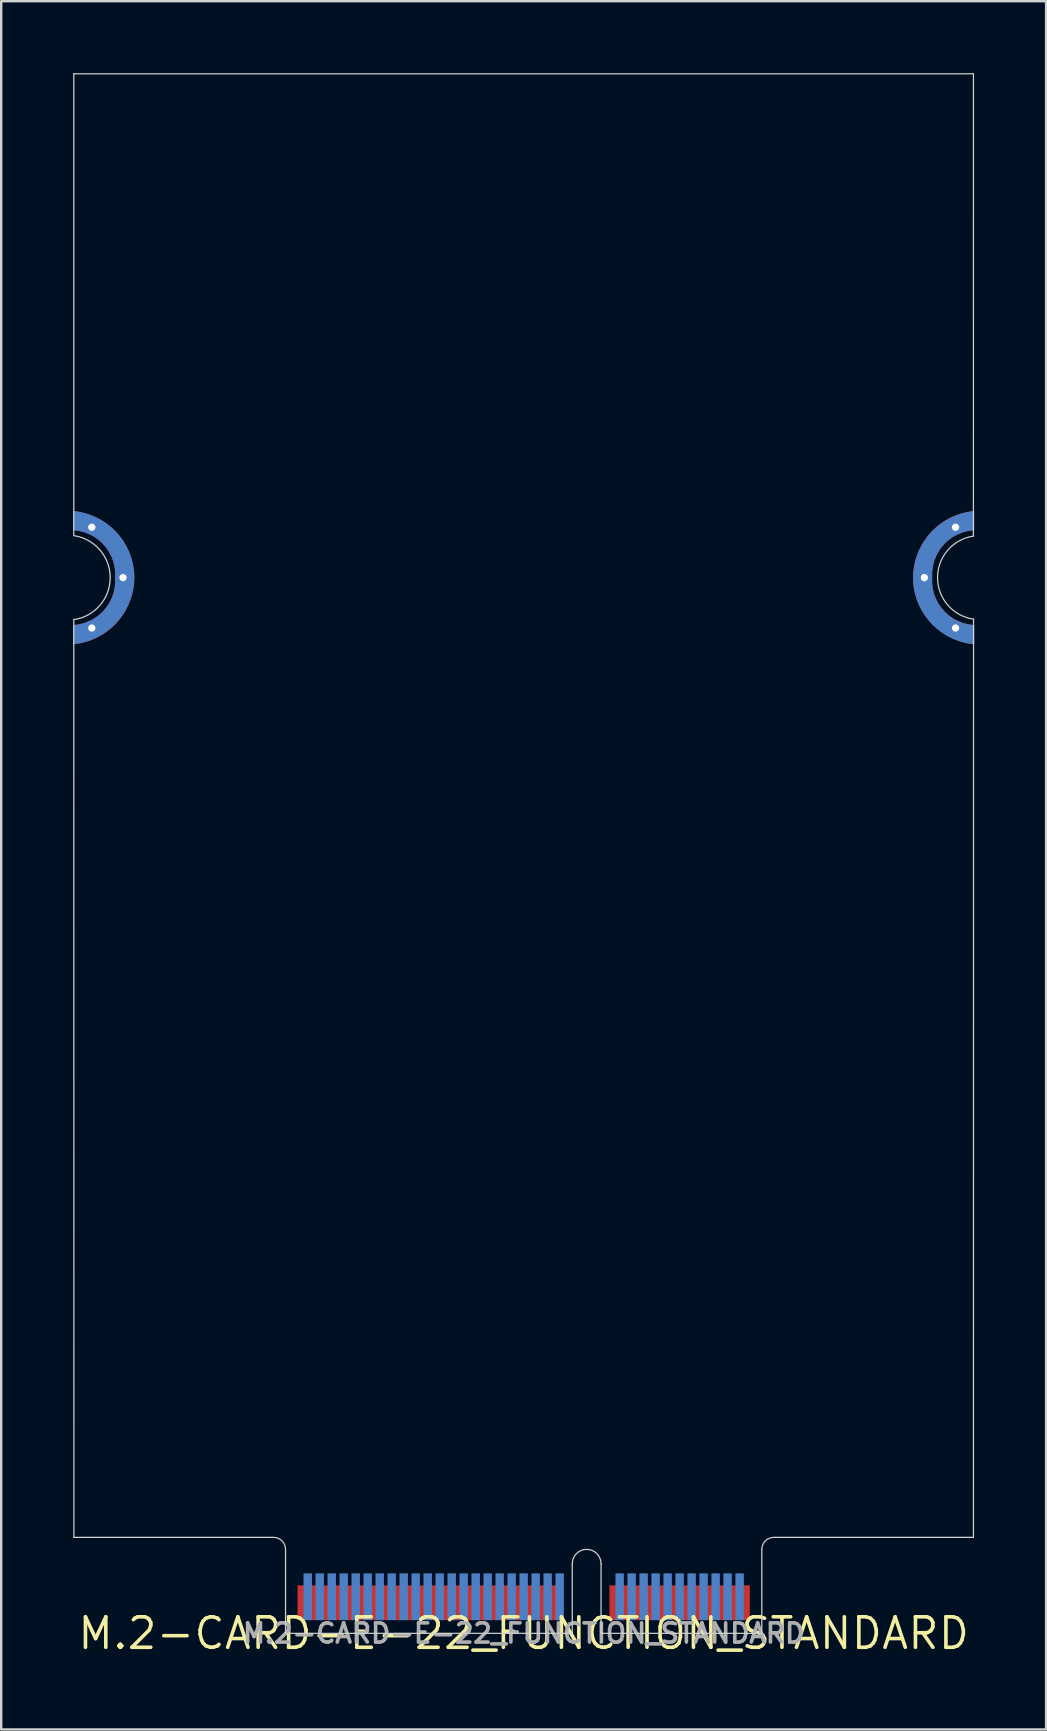
<source format=kicad_pcb>
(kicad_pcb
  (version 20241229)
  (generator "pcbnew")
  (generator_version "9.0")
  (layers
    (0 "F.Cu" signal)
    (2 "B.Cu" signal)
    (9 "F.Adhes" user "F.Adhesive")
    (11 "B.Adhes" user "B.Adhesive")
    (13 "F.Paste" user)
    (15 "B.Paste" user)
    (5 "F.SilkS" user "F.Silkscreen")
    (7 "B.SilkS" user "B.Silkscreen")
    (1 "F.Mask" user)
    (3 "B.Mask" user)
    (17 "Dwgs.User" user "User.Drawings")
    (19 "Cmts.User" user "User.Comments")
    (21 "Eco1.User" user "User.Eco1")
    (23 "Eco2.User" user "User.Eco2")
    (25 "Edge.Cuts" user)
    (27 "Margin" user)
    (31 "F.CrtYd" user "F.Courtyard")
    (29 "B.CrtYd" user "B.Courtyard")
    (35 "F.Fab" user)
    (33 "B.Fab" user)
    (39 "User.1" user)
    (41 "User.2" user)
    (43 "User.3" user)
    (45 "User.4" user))
  (footprint "M.2-CARD-E-22_FUNCTION_STANDARD"
    (layer "F.Cu")
    (at 18.776 65.025)
    (property "Reference" "M.2-CARD-E-22_FUNCTION_STANDARD" (at 0 0 0) (layer "F.SilkS") (effects (font (size 1.27 1.27) (thickness 0.15))))
    (attr through_hole)
    (fp_poly (pts (xy -16.261 -43.761) (xy -16.293 -43.523) (xy -16.345 -43.289) (xy -16.417 -43.061) (xy -16.508 -42.839) (xy -16.618 -42.627) (xy -16.746 -42.424) (xy -16.892 -42.234) (xy -17.053 -42.057) (xy -17.229 -41.894) (xy -17.418 -41.747) (xy -17.619 -41.617) (xy -17.831 -41.505) (xy -18.052 -41.412) (xy -18.279 -41.338) (xy -18.513 -41.284) (xy -18.75 -41.25) (xy -18.75 -42) (xy -18.525 -42.029) (xy -18.305 -42.084) (xy -18.093 -42.166) (xy -17.893 -42.273) (xy -17.707 -42.403) (xy -17.538 -42.554) (xy -17.389 -42.725) (xy -17.261 -42.913) (xy -17.157 -43.114) (xy -17.078 -43.327) (xy -17.025 -43.548) (xy -16.999 -43.773) (xy -17 -44) (xy -16.999 -44.227) (xy -17.025 -44.452) (xy -17.078 -44.673) (xy -17.157 -44.886) (xy -17.261 -45.087) (xy -17.389 -45.275) (xy -17.538 -45.446) (xy -17.707 -45.597) (xy -17.893 -45.727) (xy -18.093 -45.834) (xy -18.305 -45.916) (xy -18.525 -45.971) (xy -18.75 -46) (xy -18.75 -46.75) (xy -18.514 -46.715) (xy -18.281 -46.659) (xy -18.054 -46.584) (xy -17.834 -46.49) (xy -17.623 -46.377) (xy -17.423 -46.247) (xy -17.234 -46.1) (xy -17.059 -45.938) (xy -16.898 -45.761) (xy -16.753 -45.571) (xy -16.624 -45.369) (xy -16.514 -45.157) (xy -16.422 -44.936) (xy -16.349 -44.709) (xy -16.296 -44.476) (xy -16.263 -44.239) (xy -16.25 -44)) (stroke (width 0.05) (type solid)) (fill yes) (layer "F.Cu"))
    (fp_poly (pts (xy 16.261 -44.239) (xy 16.293 -44.477) (xy 16.345 -44.711) (xy 16.417 -44.939) (xy 16.508 -45.161) (xy 16.618 -45.373) (xy 16.746 -45.576) (xy 16.892 -45.766) (xy 17.053 -45.943) (xy 17.229 -46.106) (xy 17.418 -46.253) (xy 17.619 -46.383) (xy 17.831 -46.495) (xy 18.052 -46.588) (xy 18.279 -46.662) (xy 18.513 -46.716) (xy 18.75 -46.75) (xy 18.75 -46) (xy 18.525 -45.971) (xy 18.305 -45.916) (xy 18.093 -45.834) (xy 17.893 -45.727) (xy 17.707 -45.597) (xy 17.538 -45.446) (xy 17.389 -45.275) (xy 17.261 -45.087) (xy 17.157 -44.886) (xy 17.078 -44.673) (xy 17.025 -44.452) (xy 16.999 -44.227) (xy 17 -44) (xy 16.999 -43.773) (xy 17.025 -43.548) (xy 17.078 -43.327) (xy 17.157 -43.114) (xy 17.261 -42.913) (xy 17.389 -42.725) (xy 17.538 -42.554) (xy 17.707 -42.403) (xy 17.893 -42.273) (xy 18.093 -42.166) (xy 18.305 -42.084) (xy 18.525 -42.029) (xy 18.75 -42) (xy 18.75 -41.25) (xy 18.514 -41.285) (xy 18.281 -41.341) (xy 18.054 -41.416) (xy 17.834 -41.51) (xy 17.623 -41.623) (xy 17.423 -41.753) (xy 17.234 -41.9) (xy 17.059 -42.062) (xy 16.898 -42.239) (xy 16.753 -42.429) (xy 16.624 -42.631) (xy 16.514 -42.843) (xy 16.422 -43.064) (xy 16.349 -43.291) (xy 16.296 -43.524) (xy 16.263 -43.761) (xy 16.25 -44)) (stroke (width 0.05) (type solid)) (fill yes) (layer "F.Cu"))
    (fp_poly (pts (xy -16.261 -43.761) (xy -16.293 -43.523) (xy -16.345 -43.289) (xy -16.417 -43.061) (xy -16.508 -42.839) (xy -16.618 -42.627) (xy -16.746 -42.424) (xy -16.892 -42.234) (xy -17.053 -42.057) (xy -17.229 -41.894) (xy -17.418 -41.747) (xy -17.619 -41.617) (xy -17.831 -41.505) (xy -18.052 -41.412) (xy -18.279 -41.338) (xy -18.513 -41.284) (xy -18.75 -41.25) (xy -18.75 -42) (xy -18.525 -42.029) (xy -18.305 -42.084) (xy -18.093 -42.166) (xy -17.893 -42.273) (xy -17.707 -42.403) (xy -17.538 -42.554) (xy -17.389 -42.725) (xy -17.261 -42.913) (xy -17.157 -43.114) (xy -17.078 -43.327) (xy -17.025 -43.548) (xy -16.999 -43.773) (xy -17 -44) (xy -16.999 -44.227) (xy -17.025 -44.452) (xy -17.078 -44.673) (xy -17.157 -44.886) (xy -17.261 -45.087) (xy -17.389 -45.275) (xy -17.538 -45.446) (xy -17.707 -45.597) (xy -17.893 -45.727) (xy -18.093 -45.834) (xy -18.305 -45.916) (xy -18.525 -45.971) (xy -18.75 -46) (xy -18.75 -46.75) (xy -18.514 -46.715) (xy -18.281 -46.659) (xy -18.054 -46.584) (xy -17.834 -46.49) (xy -17.623 -46.377) (xy -17.423 -46.247) (xy -17.234 -46.1) (xy -17.059 -45.938) (xy -16.898 -45.761) (xy -16.753 -45.571) (xy -16.624 -45.369) (xy -16.514 -45.157) (xy -16.422 -44.936) (xy -16.349 -44.709) (xy -16.296 -44.476) (xy -16.263 -44.239) (xy -16.25 -44)) (stroke (width 0.05) (type solid)) (fill yes) (layer "F.Mask"))
    (fp_poly (pts (xy 16.261 -44.239) (xy 16.293 -44.477) (xy 16.345 -44.711) (xy 16.417 -44.939) (xy 16.508 -45.161) (xy 16.618 -45.373) (xy 16.746 -45.576) (xy 16.892 -45.766) (xy 17.053 -45.943) (xy 17.229 -46.106) (xy 17.418 -46.253) (xy 17.619 -46.383) (xy 17.831 -46.495) (xy 18.052 -46.588) (xy 18.279 -46.662) (xy 18.513 -46.716) (xy 18.75 -46.75) (xy 18.75 -46) (xy 18.525 -45.971) (xy 18.305 -45.916) (xy 18.093 -45.834) (xy 17.893 -45.727) (xy 17.707 -45.597) (xy 17.538 -45.446) (xy 17.389 -45.275) (xy 17.261 -45.087) (xy 17.157 -44.886) (xy 17.078 -44.673) (xy 17.025 -44.452) (xy 16.999 -44.227) (xy 17 -44) (xy 16.999 -43.773) (xy 17.025 -43.548) (xy 17.078 -43.327) (xy 17.157 -43.114) (xy 17.261 -42.913) (xy 17.389 -42.725) (xy 17.538 -42.554) (xy 17.707 -42.403) (xy 17.893 -42.273) (xy 18.093 -42.166) (xy 18.305 -42.084) (xy 18.525 -42.029) (xy 18.75 -42) (xy 18.75 -41.25) (xy 18.514 -41.285) (xy 18.281 -41.341) (xy 18.054 -41.416) (xy 17.834 -41.51) (xy 17.623 -41.623) (xy 17.423 -41.753) (xy 17.234 -41.9) (xy 17.059 -42.062) (xy 16.898 -42.239) (xy 16.753 -42.429) (xy 16.624 -42.631) (xy 16.514 -42.843) (xy 16.422 -43.064) (xy 16.349 -43.291) (xy 16.296 -43.524) (xy 16.263 -43.761) (xy 16.25 -44)) (stroke (width 0.05) (type solid)) (fill yes) (layer "F.Mask"))
    (fp_poly (pts (xy -16.261 -44.239) (xy -16.293 -44.477) (xy -16.345 -44.711) (xy -16.417 -44.939) (xy -16.508 -45.161) (xy -16.618 -45.373) (xy -16.746 -45.576) (xy -16.892 -45.766) (xy -17.053 -45.943) (xy -17.229 -46.106) (xy -17.418 -46.253) (xy -17.619 -46.383) (xy -17.831 -46.495) (xy -18.052 -46.588) (xy -18.279 -46.662) (xy -18.513 -46.716) (xy -18.75 -46.75) (xy -18.75 -46) (xy -18.525 -45.971) (xy -18.305 -45.916) (xy -18.093 -45.834) (xy -17.893 -45.727) (xy -17.707 -45.597) (xy -17.538 -45.446) (xy -17.389 -45.275) (xy -17.261 -45.087) (xy -17.157 -44.886) (xy -17.078 -44.673) (xy -17.025 -44.452) (xy -16.999 -44.227) (xy -17 -44) (xy -16.999 -43.773) (xy -17.025 -43.548) (xy -17.078 -43.327) (xy -17.157 -43.114) (xy -17.261 -42.913) (xy -17.389 -42.725) (xy -17.538 -42.554) (xy -17.707 -42.403) (xy -17.893 -42.273) (xy -18.093 -42.166) (xy -18.305 -42.084) (xy -18.525 -42.029) (xy -18.75 -42) (xy -18.75 -41.25) (xy -18.514 -41.285) (xy -18.281 -41.341) (xy -18.054 -41.416) (xy -17.834 -41.51) (xy -17.623 -41.623) (xy -17.423 -41.753) (xy -17.234 -41.9) (xy -17.059 -42.062) (xy -16.898 -42.239) (xy -16.753 -42.429) (xy -16.624 -42.631) (xy -16.514 -42.843) (xy -16.422 -43.064) (xy -16.349 -43.291) (xy -16.296 -43.524) (xy -16.263 -43.761) (xy -16.25 -44)) (stroke (width 0.05) (type solid)) (fill yes) (layer "B.Cu"))
    (fp_poly (pts (xy 16.261 -43.761) (xy 16.293 -43.523) (xy 16.345 -43.289) (xy 16.417 -43.061) (xy 16.508 -42.839) (xy 16.618 -42.627) (xy 16.746 -42.424) (xy 16.892 -42.234) (xy 17.053 -42.057) (xy 17.229 -41.894) (xy 17.418 -41.747) (xy 17.619 -41.617) (xy 17.831 -41.505) (xy 18.052 -41.412) (xy 18.279 -41.338) (xy 18.513 -41.284) (xy 18.75 -41.25) (xy 18.75 -42) (xy 18.525 -42.029) (xy 18.305 -42.084) (xy 18.093 -42.166) (xy 17.893 -42.273) (xy 17.707 -42.403) (xy 17.538 -42.554) (xy 17.389 -42.725) (xy 17.261 -42.913) (xy 17.157 -43.114) (xy 17.078 -43.327) (xy 17.025 -43.548) (xy 16.999 -43.773) (xy 17 -44) (xy 16.999 -44.227) (xy 17.025 -44.452) (xy 17.078 -44.673) (xy 17.157 -44.886) (xy 17.261 -45.087) (xy 17.389 -45.275) (xy 17.538 -45.446) (xy 17.707 -45.597) (xy 17.893 -45.727) (xy 18.093 -45.834) (xy 18.305 -45.916) (xy 18.525 -45.971) (xy 18.75 -46) (xy 18.75 -46.75) (xy 18.514 -46.715) (xy 18.281 -46.659) (xy 18.054 -46.584) (xy 17.834 -46.49) (xy 17.623 -46.377) (xy 17.423 -46.247) (xy 17.234 -46.1) (xy 17.059 -45.938) (xy 16.898 -45.761) (xy 16.753 -45.571) (xy 16.624 -45.369) (xy 16.514 -45.157) (xy 16.422 -44.936) (xy 16.349 -44.709) (xy 16.296 -44.476) (xy 16.263 -44.239) (xy 16.25 -44)) (stroke (width 0.05) (type solid)) (fill yes) (layer "B.Cu"))
    (fp_poly (pts (xy -16.253 -43.776) (xy -16.285 -43.538) (xy -16.337 -43.304) (xy -16.409 -43.076) (xy -16.5 -42.854) (xy -16.61 -42.642) (xy -16.738 -42.439) (xy -16.884 -42.249) (xy -17.045 -42.072) (xy -17.221 -41.909) (xy -17.41 -41.762) (xy -17.611 -41.632) (xy -17.823 -41.52) (xy -18.044 -41.427) (xy -18.271 -41.353) (xy -18.505 -41.299) (xy -18.742 -41.265) (xy -18.742 -42.015) (xy -18.517 -42.044) (xy -18.297 -42.099) (xy -18.085 -42.181) (xy -17.885 -42.288) (xy -17.699 -42.418) (xy -17.53 -42.569) (xy -17.381 -42.74) (xy -17.253 -42.928) (xy -17.149 -43.129) (xy -17.07 -43.342) (xy -17.017 -43.563) (xy -16.991 -43.788) (xy -16.992 -44.015) (xy -16.991 -44.242) (xy -17.017 -44.467) (xy -17.07 -44.688) (xy -17.149 -44.901) (xy -17.253 -45.102) (xy -17.381 -45.29) (xy -17.53 -45.461) (xy -17.699 -45.612) (xy -17.885 -45.742) (xy -18.085 -45.849) (xy -18.297 -45.931) (xy -18.517 -45.986) (xy -18.742 -46.015) (xy -18.742 -46.765) (xy -18.506 -46.73) (xy -18.273 -46.674) (xy -18.046 -46.599) (xy -17.826 -46.505) (xy -17.615 -46.392) (xy -17.415 -46.262) (xy -17.226 -46.115) (xy -17.051 -45.953) (xy -16.89 -45.776) (xy -16.745 -45.586) (xy -16.616 -45.384) (xy -16.506 -45.172) (xy -16.414 -44.951) (xy -16.341 -44.724) (xy -16.288 -44.491) (xy -16.255 -44.254) (xy -16.242 -44.015)) (stroke (width 0.05) (type solid)) (fill yes) (layer "B.Mask"))
    (fp_poly (pts (xy 16.261 -44.239) (xy 16.293 -44.477) (xy 16.345 -44.711) (xy 16.417 -44.939) (xy 16.508 -45.161) (xy 16.618 -45.373) (xy 16.746 -45.576) (xy 16.892 -45.766) (xy 17.053 -45.943) (xy 17.229 -46.106) (xy 17.418 -46.253) (xy 17.619 -46.383) (xy 17.831 -46.495) (xy 18.052 -46.588) (xy 18.279 -46.662) (xy 18.513 -46.716) (xy 18.75 -46.75) (xy 18.75 -46) (xy 18.525 -45.971) (xy 18.305 -45.916) (xy 18.093 -45.834) (xy 17.893 -45.727) (xy 17.707 -45.597) (xy 17.538 -45.446) (xy 17.389 -45.275) (xy 17.261 -45.087) (xy 17.157 -44.886) (xy 17.078 -44.673) (xy 17.025 -44.452) (xy 16.999 -44.227) (xy 17 -44) (xy 16.999 -43.773) (xy 17.025 -43.548) (xy 17.078 -43.327) (xy 17.157 -43.114) (xy 17.261 -42.913) (xy 17.389 -42.725) (xy 17.538 -42.554) (xy 17.707 -42.403) (xy 17.893 -42.273) (xy 18.093 -42.166) (xy 18.305 -42.084) (xy 18.525 -42.029) (xy 18.75 -42) (xy 18.75 -41.25) (xy 18.514 -41.285) (xy 18.281 -41.341) (xy 18.054 -41.416) (xy 17.834 -41.51) (xy 17.623 -41.623) (xy 17.423 -41.753) (xy 17.234 -41.9) (xy 17.059 -42.062) (xy 16.898 -42.239) (xy 16.753 -42.429) (xy 16.624 -42.631) (xy 16.514 -42.843) (xy 16.422 -43.064) (xy 16.349 -43.291) (xy 16.296 -43.524) (xy 16.263 -43.761) (xy 16.25 -44)) (stroke (width 0.05) (type solid)) (fill yes) (layer "B.Mask"))
    (fp_line (start -18.75 -45.75) (end -18.75 -65) (stroke (width 0.051) (type solid)) (layer "Edge.Cuts"))
    (fp_line (start -18.746 -65) (end 18.746 -65) (stroke (width 0.051) (type solid)) (layer "Edge.Cuts"))
    (fp_line (start -18.746 -4) (end -18.75 -42.25) (stroke (width 0.051) (type solid)) (layer "Edge.Cuts"))
    (fp_line (start -10.425 -4) (end -18.746 -4) (stroke (width 0.051) (type solid)) (layer "Edge.Cuts"))
    (fp_line (start -9.925 0) (end -9.925 -3.5) (stroke (width 0.051) (type solid)) (layer "Edge.Cuts"))
    (fp_line (start 2.025 -2.9) (end 2.025 0) (stroke (width 0.051) (type solid)) (layer "Edge.Cuts"))
    (fp_line (start 2.025 0) (end -9.925 0) (stroke (width 0.051) (type solid)) (layer "Edge.Cuts"))
    (fp_line (start 3.225 -2.9) (end 3.225 0) (stroke (width 0.051) (type solid)) (layer "Edge.Cuts"))
    (fp_line (start 9.925 -3.5) (end 9.925 0) (stroke (width 0.051) (type solid)) (layer "Edge.Cuts"))
    (fp_line (start 9.925 0) (end 3.225 0) (stroke (width 0.051) (type solid)) (layer "Edge.Cuts"))
    (fp_line (start 10.425 -4) (end 18.746 -4) (stroke (width 0.051) (type solid)) (layer "Edge.Cuts"))
    (fp_line (start 18.744 -45.731) (end 18.746 -65) (stroke (width 0.051) (type solid)) (layer "Edge.Cuts"))
    (fp_line (start 18.746 -4) (end 18.749 -42.27) (stroke (width 0.051) (type solid)) (layer "Edge.Cuts"))
    (fp_arc (start -18.75 -45.75) (mid -17.232764 -44) (end -18.75 -42.25) (stroke (width 0.051) (type solid)) (layer "Edge.Cuts"))
    (fp_arc (start -10.425 -4) (mid -10.071447 -3.853553) (end -9.925 -3.5) (stroke (width 0.051) (type solid)) (layer "Edge.Cuts"))
    (fp_arc (start 2.025 -2.9) (mid 2.625 -3.5) (end 3.225 -2.9) (stroke (width 0.051) (type solid)) (layer "Edge.Cuts"))
    (fp_arc (start 9.925 -3.5) (mid 10.071447 -3.853553) (end 10.425 -4) (stroke (width 0.051) (type solid)) (layer "Edge.Cuts"))
    (fp_arc (start 18.74905 -42.270269) (mid 17.248956 -43.99845) (end 18.744 -45.731) (stroke (width 0.05) (type solid)) (layer "Edge.Cuts"))
    (fp_text user "${REFERENCE}" (at 0 0 0) (layer "F.Fab") (effects (font (size 0.8 0.8) (thickness 0.15))))
    (pad "1" thru_hole circle (at -18 -46.1) (size 0.61 0.61) (drill 0.305) (layers "*.Cu" "*.Mask"))
    (pad "1" thru_hole circle (at -18 -41.9) (size 0.61 0.61) (drill 0.305) (layers "*.Cu" "*.Mask"))
    (pad "1" thru_hole circle (at -16.7 -44) (size 0.61 0.61) (drill 0.305) (layers "*.Cu" "*.Mask"))
    (pad "1" smd rect (at 9.25 -1.275 180) (size 0.35 1.45) (layers "F.Cu" "F.Mask" "F.Paste"))
    (pad "1" thru_hole circle (at 16.7 -44) (size 0.61 0.61) (drill 0.305) (layers "*.Cu" "*.Mask"))
    (pad "1" thru_hole circle (at 18 -46.1) (size 0.61 0.61) (drill 0.305) (layers "*.Cu" "*.Mask"))
    (pad "1" thru_hole circle (at 18 -41.9) (size 0.61 0.61) (drill 0.305) (layers "*.Cu" "*.Mask"))
    (pad "2" smd rect (at 9 -1.525) (size 0.35 1.95) (layers "B.Cu" "B.Mask" "B.Paste"))
    (pad "3" smd rect (at 8.75 -1.275 180) (size 0.35 1.45) (layers "F.Cu" "F.Mask" "F.Paste"))
    (pad "4" smd rect (at 8.5 -1.525) (size 0.35 1.95) (layers "B.Cu" "B.Mask" "B.Paste"))
    (pad "5" smd rect (at 8.25 -1.275 180) (size 0.35 1.45) (layers "F.Cu" "F.Mask" "F.Paste"))
    (pad "6" smd rect (at 8 -1.525) (size 0.35 1.95) (layers "B.Cu" "B.Mask" "B.Paste"))
    (pad "7" smd rect (at 7.75 -1.275 180) (size 0.35 1.45) (layers "F.Cu" "F.Mask" "F.Paste"))
    (pad "8" smd rect (at 7.5 -1.525) (size 0.35 1.95) (layers "B.Cu" "B.Mask" "B.Paste"))
    (pad "9" smd rect (at 7.25 -1.275 180) (size 0.35 1.45) (layers "F.Cu" "F.Mask" "F.Paste"))
    (pad "10" smd rect (at 7 -1.525) (size 0.35 1.95) (layers "B.Cu" "B.Mask" "B.Paste"))
    (pad "11" smd rect (at 6.75 -1.275 180) (size 0.35 1.45) (layers "F.Cu" "F.Mask" "F.Paste"))
    (pad "12" smd rect (at 6.5 -1.525) (size 0.35 1.95) (layers "B.Cu" "B.Mask" "B.Paste"))
    (pad "13" smd rect (at 6.25 -1.275 180) (size 0.35 1.45) (layers "F.Cu" "F.Mask" "F.Paste"))
    (pad "14" smd rect (at 6 -1.525) (size 0.35 1.95) (layers "B.Cu" "B.Mask" "B.Paste"))
    (pad "15" smd rect (at 5.75 -1.275 180) (size 0.35 1.45) (layers "F.Cu" "F.Mask" "F.Paste"))
    (pad "16" smd rect (at 5.5 -1.525) (size 0.35 1.95) (layers "B.Cu" "B.Mask" "B.Paste"))
    (pad "17" smd rect (at 5.25 -1.275 180) (size 0.35 1.45) (layers "F.Cu" "F.Mask" "F.Paste"))
    (pad "18" smd rect (at 5 -1.525) (size 0.35 1.95) (layers "B.Cu" "B.Mask" "B.Paste"))
    (pad "19" smd rect (at 4.75 -1.275 180) (size 0.35 1.45) (layers "F.Cu" "F.Mask" "F.Paste"))
    (pad "20" smd rect (at 4.5 -1.525) (size 0.35 1.95) (layers "B.Cu" "B.Mask" "B.Paste"))
    (pad "21" smd rect (at 4.25 -1.275 180) (size 0.35 1.45) (layers "F.Cu" "F.Mask" "F.Paste"))
    (pad "22" smd rect (at 4 -1.525) (size 0.35 1.95) (layers "B.Cu" "B.Mask" "B.Paste"))
    (pad "23" smd rect (at 3.75 -1.275 180) (size 0.35 1.45) (layers "F.Cu" "F.Mask" "F.Paste"))
    (pad "32" smd rect (at 1.5 -1.525) (size 0.35 1.95) (layers "B.Cu" "B.Mask" "B.Paste"))
    (pad "33" smd rect (at 1.25 -1.275 180) (size 0.35 1.45) (layers "F.Cu" "F.Mask" "F.Paste"))
    (pad "34" smd rect (at 1 -1.525) (size 0.35 1.95) (layers "B.Cu" "B.Mask" "B.Paste"))
    (pad "35" smd rect (at 0.75 -1.275 180) (size 0.35 1.45) (layers "F.Cu" "F.Mask" "F.Paste"))
    (pad "36" smd rect (at 0.5 -1.525) (size 0.35 1.95) (layers "B.Cu" "B.Mask" "B.Paste"))
    (pad "37" smd rect (at 0.25 -1.275 180) (size 0.35 1.45) (layers "F.Cu" "F.Mask" "F.Paste"))
    (pad "38" smd rect (at 0 -1.525) (size 0.35 1.95) (layers "B.Cu" "B.Mask" "B.Paste"))
    (pad "39" smd rect (at -0.25 -1.275 180) (size 0.35 1.45) (layers "F.Cu" "F.Mask" "F.Paste"))
    (pad "40" smd rect (at -0.5 -1.525) (size 0.35 1.95) (layers "B.Cu" "B.Mask" "B.Paste"))
    (pad "41" smd rect (at -0.75 -1.275 180) (size 0.35 1.45) (layers "F.Cu" "F.Mask" "F.Paste"))
    (pad "42" smd rect (at -1 -1.525) (size 0.35 1.95) (layers "B.Cu" "B.Mask" "B.Paste"))
    (pad "43" smd rect (at -1.25 -1.275 180) (size 0.35 1.45) (layers "F.Cu" "F.Mask" "F.Paste"))
    (pad "44" smd rect (at -1.5 -1.525) (size 0.35 1.95) (layers "B.Cu" "B.Mask" "B.Paste"))
    (pad "45" smd rect (at -1.75 -1.275 180) (size 0.35 1.45) (layers "F.Cu" "F.Mask" "F.Paste"))
    (pad "46" smd rect (at -2 -1.525) (size 0.35 1.95) (layers "B.Cu" "B.Mask" "B.Paste"))
    (pad "47" smd rect (at -2.25 -1.275 180) (size 0.35 1.45) (layers "F.Cu" "F.Mask" "F.Paste"))
    (pad "48" smd rect (at -2.5 -1.525) (size 0.35 1.95) (layers "B.Cu" "B.Mask" "B.Paste"))
    (pad "49" smd rect (at -2.75 -1.275 180) (size 0.35 1.45) (layers "F.Cu" "F.Mask" "F.Paste"))
    (pad "50" smd rect (at -3 -1.525) (size 0.35 1.95) (layers "B.Cu" "B.Mask" "B.Paste"))
    (pad "51" smd rect (at -3.25 -1.275 180) (size 0.35 1.45) (layers "F.Cu" "F.Mask" "F.Paste"))
    (pad "52" smd rect (at -3.5 -1.525) (size 0.35 1.95) (layers "B.Cu" "B.Mask" "B.Paste"))
    (pad "53" smd rect (at -3.75 -1.275 180) (size 0.35 1.45) (layers "F.Cu" "F.Mask" "F.Paste"))
    (pad "54" smd rect (at -4 -1.525) (size 0.35 1.95) (layers "B.Cu" "B.Mask" "B.Paste"))
    (pad "55" smd rect (at -4.25 -1.275 180) (size 0.35 1.45) (layers "F.Cu" "F.Mask" "F.Paste"))
    (pad "56" smd rect (at -4.5 -1.525) (size 0.35 1.95) (layers "B.Cu" "B.Mask" "B.Paste"))
    (pad "57" smd rect (at -4.75 -1.275 180) (size 0.35 1.45) (layers "F.Cu" "F.Mask" "F.Paste"))
    (pad "58" smd rect (at -5 -1.525) (size 0.35 1.95) (layers "B.Cu" "B.Mask" "B.Paste"))
    (pad "59" smd rect (at -5.25 -1.275 180) (size 0.35 1.45) (layers "F.Cu" "F.Mask" "F.Paste"))
    (pad "60" smd rect (at -5.5 -1.525) (size 0.35 1.95) (layers "B.Cu" "B.Mask" "B.Paste"))
    (pad "61" smd rect (at -5.75 -1.275 180) (size 0.35 1.45) (layers "F.Cu" "F.Mask" "F.Paste"))
    (pad "62" smd rect (at -6 -1.525) (size 0.35 1.95) (layers "B.Cu" "B.Mask" "B.Paste"))
    (pad "63" smd rect (at -6.25 -1.275 180) (size 0.35 1.45) (layers "F.Cu" "F.Mask" "F.Paste"))
    (pad "64" smd rect (at -6.5 -1.525) (size 0.35 1.95) (layers "B.Cu" "B.Mask" "B.Paste"))
    (pad "65" smd rect (at -6.75 -1.275 180) (size 0.35 1.45) (layers "F.Cu" "F.Mask" "F.Paste"))
    (pad "66" smd rect (at -7 -1.525) (size 0.35 1.95) (layers "B.Cu" "B.Mask" "B.Paste"))
    (pad "67" smd rect (at -7.25 -1.275 180) (size 0.35 1.45) (layers "F.Cu" "F.Mask" "F.Paste"))
    (pad "68" smd rect (at -7.5 -1.525) (size 0.35 1.95) (layers "B.Cu" "B.Mask" "B.Paste"))
    (pad "69" smd rect (at -7.75 -1.275 180) (size 0.35 1.45) (layers "F.Cu" "F.Mask" "F.Paste"))
    (pad "70" smd rect (at -8 -1.525) (size 0.35 1.95) (layers "B.Cu" "B.Mask" "B.Paste"))
    (pad "71" smd rect (at -8.25 -1.275 180) (size 0.35 1.45) (layers "F.Cu" "F.Mask" "F.Paste"))
    (pad "72" smd rect (at -8.5 -1.525) (size 0.35 1.95) (layers "B.Cu" "B.Mask" "B.Paste"))
    (pad "73" smd rect (at -8.75 -1.275 180) (size 0.35 1.45) (layers "F.Cu" "F.Mask" "F.Paste"))
    (pad "74" smd rect (at -9 -1.525) (size 0.35 1.95) (layers "B.Cu" "B.Mask" "B.Paste"))
    (pad "75" smd rect (at -9.25 -1.275 180) (size 0.35 1.45) (layers "F.Cu" "F.Mask" "F.Paste")))
  (gr_rect
    (start -3 -3)
    (end 40.55 69.032)
    (stroke (width 0.1) (type default))
    (fill no)
    (layer "Edge.Cuts")))
</source>
